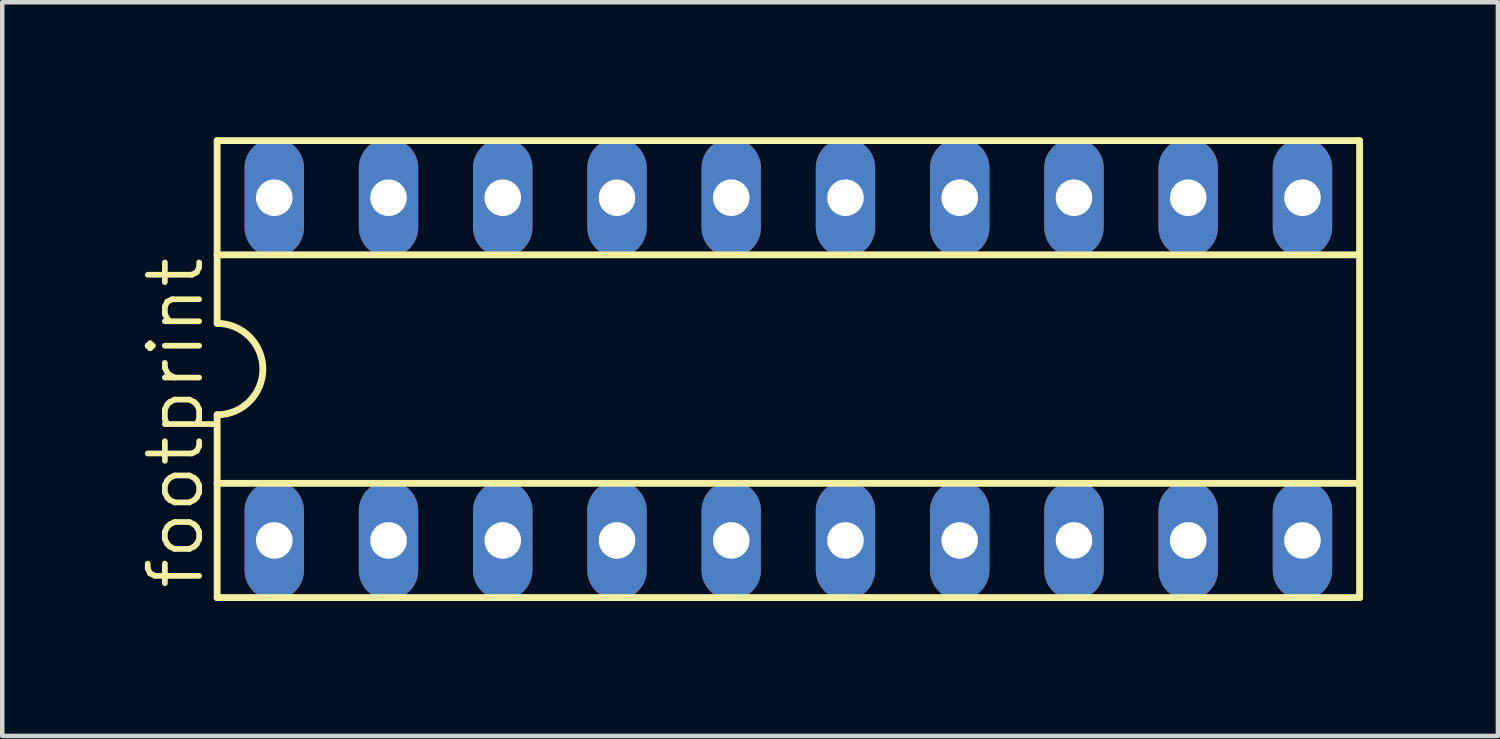
<source format=kicad_pcb>
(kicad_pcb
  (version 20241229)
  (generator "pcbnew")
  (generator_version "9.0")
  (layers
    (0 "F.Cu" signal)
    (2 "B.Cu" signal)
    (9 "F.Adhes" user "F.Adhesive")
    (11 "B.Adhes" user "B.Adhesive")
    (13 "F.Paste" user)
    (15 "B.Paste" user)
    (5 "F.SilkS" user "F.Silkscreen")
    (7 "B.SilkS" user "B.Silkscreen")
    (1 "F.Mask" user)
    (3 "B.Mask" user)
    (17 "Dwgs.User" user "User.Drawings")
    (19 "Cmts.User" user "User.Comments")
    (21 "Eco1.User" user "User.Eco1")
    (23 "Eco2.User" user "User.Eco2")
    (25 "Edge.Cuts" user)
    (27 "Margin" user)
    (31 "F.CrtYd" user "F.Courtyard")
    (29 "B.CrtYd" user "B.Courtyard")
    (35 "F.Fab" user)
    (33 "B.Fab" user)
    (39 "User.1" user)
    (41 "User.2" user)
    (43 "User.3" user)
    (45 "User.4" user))
  (footprint "footprint"
    (layer "F.Cu")
    (at 14.478 5.156)
    (property "Reference" "footprint" (at -12.954 4.953 90) (layer "F.SilkS") (effects (font (size 1.143 1.143) (thickness 0.127)) (justify left bottom)))
    (fp_line (start -12.7 -5.08) (end -12.7 -2.54) (stroke (width 0.152) (type solid)) (layer "F.SilkS"))
    (fp_line (start -12.7 -2.54) (end -12.7 -1.016) (stroke (width 0.152) (type solid)) (layer "F.SilkS"))
    (fp_line (start -12.7 -2.54) (end 12.7 -2.54) (stroke (width 0.152) (type solid)) (layer "F.SilkS"))
    (fp_line (start -12.7 2.54) (end -12.7 1.016) (stroke (width 0.152) (type solid)) (layer "F.SilkS"))
    (fp_line (start -12.7 2.54) (end 12.7 2.54) (stroke (width 0.152) (type solid)) (layer "F.SilkS"))
    (fp_line (start -12.7 5.08) (end -12.7 2.54) (stroke (width 0.152) (type solid)) (layer "F.SilkS"))
    (fp_line (start -12.7 5.08) (end 12.7 5.08) (stroke (width 0.152) (type solid)) (layer "F.SilkS"))
    (fp_line (start 12.7 -5.08) (end -12.7 -5.08) (stroke (width 0.152) (type solid)) (layer "F.SilkS"))
    (fp_line (start 12.7 -5.08) (end 12.7 -2.54) (stroke (width 0.152) (type solid)) (layer "F.SilkS"))
    (fp_line (start 12.7 -2.54) (end 12.7 2.54) (stroke (width 0.152) (type solid)) (layer "F.SilkS"))
    (fp_line (start 12.7 2.54) (end 12.7 5.08) (stroke (width 0.152) (type solid)) (layer "F.SilkS"))
    (fp_arc (start -12.7 -1.016) (mid -11.684 0) (end -12.7 1.016) (stroke (width 0.1524) (type solid)) (layer "F.SilkS"))
    (pad "1" thru_hole oval (at -11.43 3.81 90) (size 2.642 1.321) (drill 0.813) (layers "*.Cu" "*.Mask"))
    (pad "2" thru_hole oval (at -8.89 3.81 90) (size 2.642 1.321) (drill 0.813) (layers "*.Cu" "*.Mask"))
    (pad "3" thru_hole oval (at -6.35 3.81 90) (size 2.642 1.321) (drill 0.813) (layers "*.Cu" "*.Mask"))
    (pad "4" thru_hole oval (at -3.81 3.81 90) (size 2.642 1.321) (drill 0.813) (layers "*.Cu" "*.Mask"))
    (pad "5" thru_hole oval (at -1.27 3.81 90) (size 2.642 1.321) (drill 0.813) (layers "*.Cu" "*.Mask"))
    (pad "6" thru_hole oval (at 1.27 3.81 90) (size 2.642 1.321) (drill 0.813) (layers "*.Cu" "*.Mask"))
    (pad "7" thru_hole oval (at 3.81 3.81 90) (size 2.642 1.321) (drill 0.813) (layers "*.Cu" "*.Mask"))
    (pad "8" thru_hole oval (at 6.35 3.81 90) (size 2.642 1.321) (drill 0.813) (layers "*.Cu" "*.Mask"))
    (pad "9" thru_hole oval (at 8.89 3.81 90) (size 2.642 1.321) (drill 0.813) (layers "*.Cu" "*.Mask"))
    (pad "10" thru_hole oval (at 11.43 3.81 90) (size 2.642 1.321) (drill 0.813) (layers "*.Cu" "*.Mask"))
    (pad "11" thru_hole oval (at 11.43 -3.81 90) (size 2.642 1.321) (drill 0.813) (layers "*.Cu" "*.Mask"))
    (pad "12" thru_hole oval (at 8.89 -3.81 90) (size 2.642 1.321) (drill 0.813) (layers "*.Cu" "*.Mask"))
    (pad "13" thru_hole oval (at 6.35 -3.81 90) (size 2.642 1.321) (drill 0.813) (layers "*.Cu" "*.Mask"))
    (pad "14" thru_hole oval (at 3.81 -3.81 90) (size 2.642 1.321) (drill 0.813) (layers "*.Cu" "*.Mask"))
    (pad "15" thru_hole oval (at 1.27 -3.81 90) (size 2.642 1.321) (drill 0.813) (layers "*.Cu" "*.Mask"))
    (pad "16" thru_hole oval (at -1.27 -3.81 90) (size 2.642 1.321) (drill 0.813) (layers "*.Cu" "*.Mask"))
    (pad "17" thru_hole oval (at -3.81 -3.81 90) (size 2.642 1.321) (drill 0.813) (layers "*.Cu" "*.Mask"))
    (pad "18" thru_hole oval (at -6.35 -3.81 90) (size 2.642 1.321) (drill 0.813) (layers "*.Cu" "*.Mask"))
    (pad "19" thru_hole oval (at -8.89 -3.81 90) (size 2.642 1.321) (drill 0.813) (layers "*.Cu" "*.Mask"))
    (pad "20" thru_hole oval (at -11.43 -3.81 90) (size 2.642 1.321) (drill 0.813) (layers "*.Cu" "*.Mask")))
  (gr_rect
    (start -3 -3)
    (end 30.254 13.312)
    (stroke (width 0.1) (type default))
    (fill no)
    (layer "Edge.Cuts")))
</source>
